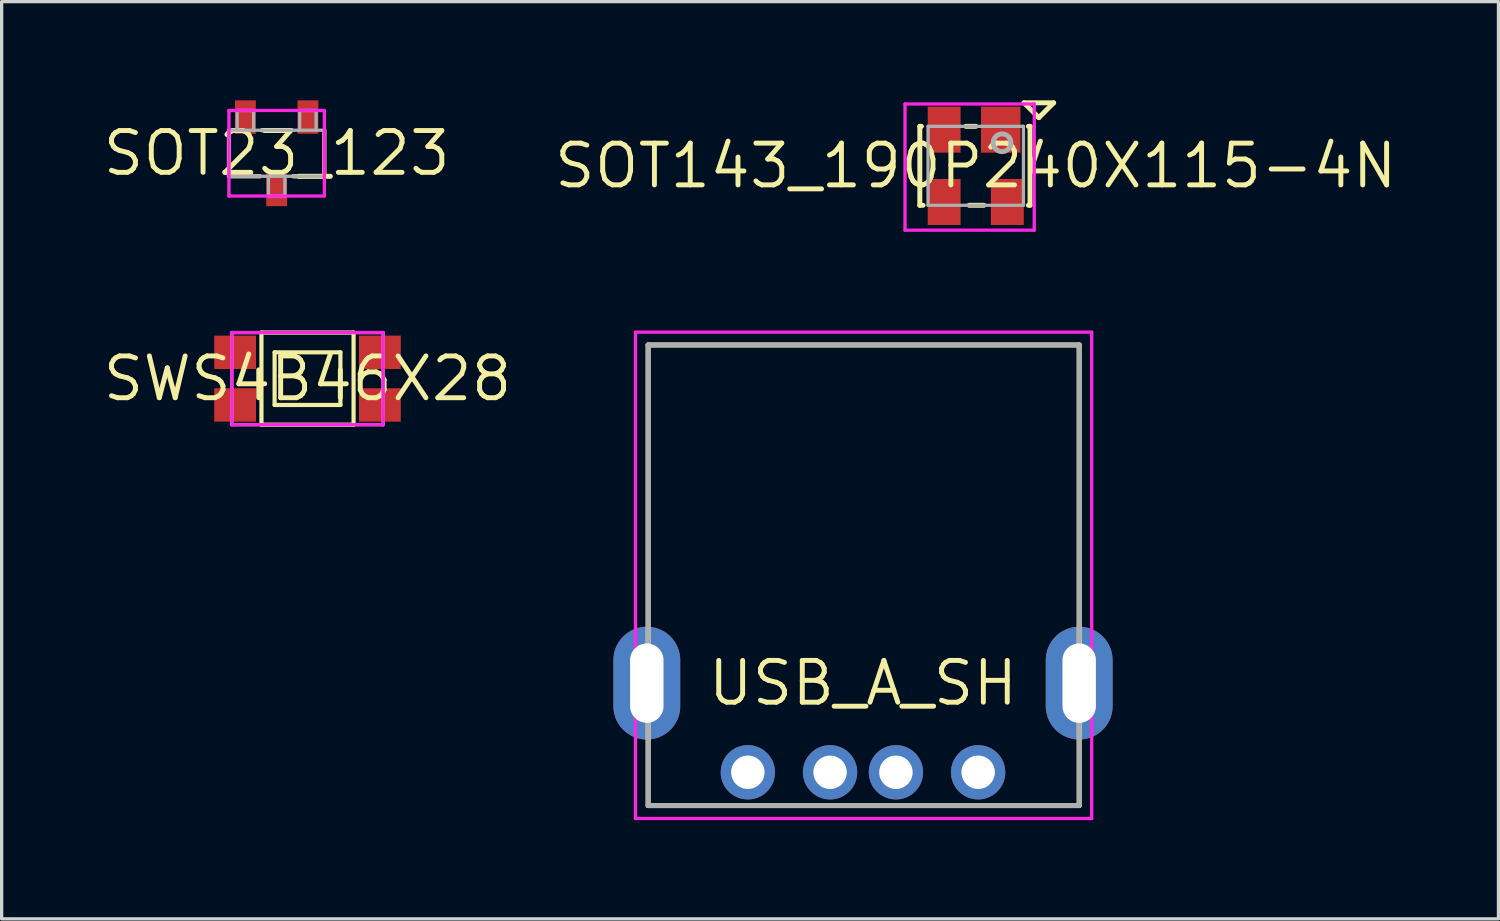
<source format=kicad_pcb>
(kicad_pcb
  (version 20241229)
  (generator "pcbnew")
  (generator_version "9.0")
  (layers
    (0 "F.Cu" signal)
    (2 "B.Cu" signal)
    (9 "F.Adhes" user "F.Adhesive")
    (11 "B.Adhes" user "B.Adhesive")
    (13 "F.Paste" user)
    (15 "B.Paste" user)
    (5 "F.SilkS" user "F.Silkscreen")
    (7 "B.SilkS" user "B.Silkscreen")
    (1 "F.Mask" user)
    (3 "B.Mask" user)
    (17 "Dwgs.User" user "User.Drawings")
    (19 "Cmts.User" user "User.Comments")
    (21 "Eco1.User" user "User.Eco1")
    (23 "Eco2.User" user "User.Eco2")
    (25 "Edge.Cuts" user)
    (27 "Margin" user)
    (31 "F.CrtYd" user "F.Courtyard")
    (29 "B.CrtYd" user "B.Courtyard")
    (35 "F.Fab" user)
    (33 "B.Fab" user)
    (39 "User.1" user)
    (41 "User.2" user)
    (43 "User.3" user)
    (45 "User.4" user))
  (footprint "USB_A_SH"
    (layer "F.Cu")
    (at 23.181 17.714)
    (property "Reference" "USB_A_SH" (at 0 0 0) (layer "F.SilkS") (effects (font (size 1.27 1.27) (thickness 0.15))))
    (fp_line (start -6.53 -10.279) (end 6.571 -10.279) (stroke (width 0.152) (type solid)) (layer "F.SilkS"))
    (fp_line (start -6.53 3.721) (end -6.53 -10.279) (stroke (width 0.152) (type solid)) (layer "F.SilkS"))
    (fp_line (start 6.571 -10.279) (end 6.571 3.721) (stroke (width 0.152) (type solid)) (layer "F.SilkS"))
    (fp_line (start 6.571 3.721) (end -6.53 3.721) (stroke (width 0.152) (type solid)) (layer "F.SilkS"))
    (fp_line (start -6.916 -10.668) (end -6.916 4.115) (stroke (width 0.1) (type solid)) (layer "F.CrtYd"))
    (fp_line (start -6.916 4.115) (end 6.952 4.115) (stroke (width 0.1) (type solid)) (layer "F.CrtYd"))
    (fp_line (start 6.952 -10.668) (end -6.916 -10.668) (stroke (width 0.1) (type solid)) (layer "F.CrtYd"))
    (fp_line (start 6.952 4.115) (end 6.952 -10.668) (stroke (width 0.1) (type solid)) (layer "F.CrtYd"))
    (fp_line (start -6.53 -10.279) (end -6.53 3.721) (stroke (width 0.152) (type solid)) (layer "F.Fab"))
    (fp_line (start -6.53 3.721) (end 6.571 3.721) (stroke (width 0.152) (type solid)) (layer "F.Fab"))
    (fp_line (start 6.571 -10.279) (end -6.53 -10.279) (stroke (width 0.152) (type solid)) (layer "F.Fab"))
    (fp_line (start 6.571 3.721) (end 6.571 -10.279) (stroke (width 0.152) (type solid)) (layer "F.Fab"))
    (pad "1" thru_hole circle (at 3.5 2.71 180) (size 1.651 1.651) (drill 1.016) (layers "*.Cu" "*.Mask"))
    (pad "2" thru_hole circle (at 1.001 2.71 180) (size 1.651 1.651) (drill 1.016) (layers "*.Cu" "*.Mask"))
    (pad "3" thru_hole circle (at -1.001 2.71 180) (size 1.651 1.651) (drill 1.016) (layers "*.Cu" "*.Mask"))
    (pad "4" thru_hole circle (at -3.5 2.71 180) (size 1.651 1.651) (drill 1.016) (layers "*.Cu" "*.Mask"))
    (pad "5" thru_hole oval (at 6.571 0 180) (size 2.032 3.429) (drill oval 1.016 2.413) (layers "*.Cu" "*.Mask"))
    (pad "6" thru_hole oval (at -6.571 0 180) (size 2.032 3.429) (drill oval 1.016 2.413) (layers "*.Cu" "*.Mask")))
  (footprint "SWS4B46X28"
    (layer "F.Cu")
    (at 6.297 8.459)
    (property "Reference" "SWS4B46X28" (at 0 0 0) (layer "F.SilkS") (effects (font (size 1.27 1.27) (thickness 0.15))))
    (fp_line (start -1.4 -1.4) (end -1.4 1.4) (stroke (width 0.127) (type solid)) (layer "F.SilkS"))
    (fp_line (start -1.4 1.4) (end 1.4 1.4) (stroke (width 0.127) (type solid)) (layer "F.SilkS"))
    (fp_line (start -1 -0.8) (end -1 0.8) (stroke (width 0.127) (type solid)) (layer "F.SilkS"))
    (fp_line (start -1 0.8) (end 1 0.8) (stroke (width 0.127) (type solid)) (layer "F.SilkS"))
    (fp_line (start 1 -0.8) (end -1 -0.8) (stroke (width 0.127) (type solid)) (layer "F.SilkS"))
    (fp_line (start 1 0.8) (end 1 -0.8) (stroke (width 0.127) (type solid)) (layer "F.SilkS"))
    (fp_line (start 1.4 -1.4) (end -1.4 -1.4) (stroke (width 0.127) (type solid)) (layer "F.SilkS"))
    (fp_line (start 1.4 1.4) (end 1.4 -1.4) (stroke (width 0.127) (type solid)) (layer "F.SilkS"))
    (fp_line (start -2.3 -1.4) (end 2.3 -1.4) (stroke (width 0.1) (type solid)) (layer "F.CrtYd"))
    (fp_line (start -2.3 1.4) (end -2.3 -1.4) (stroke (width 0.1) (type solid)) (layer "F.CrtYd"))
    (fp_line (start 2.3 -1.4) (end 2.3 1.4) (stroke (width 0.1) (type solid)) (layer "F.CrtYd"))
    (fp_line (start 2.3 1.4) (end -2.3 1.4) (stroke (width 0.1) (type solid)) (layer "F.CrtYd"))
    (fp_line (start -2.3 -1.4) (end -2.3 1.4) (stroke (width 0.1) (type solid)) (layer "F.Fab"))
    (fp_line (start -2.3 1.4) (end 2.3 1.4) (stroke (width 0.1) (type solid)) (layer "F.Fab"))
    (fp_line (start 2.3 -1.4) (end -2.3 -1.4) (stroke (width 0.1) (type solid)) (layer "F.Fab"))
    (fp_line (start 2.3 1.4) (end 2.3 -1.4) (stroke (width 0.1) (type solid)) (layer "F.Fab"))
    (pad "1" smd rect (at -2.2 0.8 270) (size 1.016 1.27) (layers "F.Cu" "F.Mask" "F.Paste"))
    (pad "2" smd rect (at -2.2 -0.8 270) (size 1.016 1.27) (layers "F.Cu" "F.Mask" "F.Paste"))
    (pad "3" smd rect (at 2.2 0.8 270) (size 1.016 1.27) (layers "F.Cu" "F.Mask" "F.Paste"))
    (pad "4" smd rect (at 2.2 -0.8 270) (size 1.016 1.27) (layers "F.Cu" "F.Mask" "F.Paste")))
  (footprint "SOT143_190P240X115-4N"
    (layer "F.Cu")
    (at 26.608 1.99)
    (property "Reference" "SOT143_190P240X115-4N" (at 0 0 0) (layer "F.SilkS") (effects (font (size 1.27 1.27) (thickness 0.15))))
    (fp_line (start -1.7 -1.2) (end -1.65 -1.2) (stroke (width 0.15) (type solid)) (layer "F.SilkS"))
    (fp_line (start -1.7 1.2) (end -1.7 -1.2) (stroke (width 0.15) (type solid)) (layer "F.SilkS"))
    (fp_line (start -1.6 1.2) (end -1.7 1.2) (stroke (width 0.15) (type solid)) (layer "F.SilkS"))
    (fp_line (start 0 -1.2) (end -0.3 -1.2) (stroke (width 0.15) (type solid)) (layer "F.SilkS"))
    (fp_line (start 0.25 1.2) (end -0.2 1.2) (stroke (width 0.15) (type solid)) (layer "F.SilkS"))
    (fp_line (start 1.468 -1.915) (end 1.918 -1.465) (stroke (width 0.15) (type solid)) (layer "F.SilkS"))
    (fp_line (start 1.6 1.2) (end 1.65 1.2) (stroke (width 0.15) (type solid)) (layer "F.SilkS"))
    (fp_line (start 1.65 -1.2) (end 1.6 -1.2) (stroke (width 0.15) (type solid)) (layer "F.SilkS"))
    (fp_line (start 1.65 1.2) (end 1.65 -1.2) (stroke (width 0.15) (type solid)) (layer "F.SilkS"))
    (fp_line (start 1.918 -1.465) (end 2.368 -1.915) (stroke (width 0.15) (type solid)) (layer "F.SilkS"))
    (fp_line (start 2.368 -1.915) (end 1.468 -1.915) (stroke (width 0.15) (type solid)) (layer "F.SilkS"))
    (fp_line (start -2.15 -1.88) (end -2.15 1.956) (stroke (width 0.1) (type solid)) (layer "F.CrtYd"))
    (fp_line (start -2.15 1.956) (end 1.778 1.956) (stroke (width 0.1) (type solid)) (layer "F.CrtYd"))
    (fp_line (start 1.778 -1.88) (end -2.15 -1.88) (stroke (width 0.1) (type solid)) (layer "F.CrtYd"))
    (fp_line (start 1.778 1.956) (end 1.778 -1.88) (stroke (width 0.1) (type solid)) (layer "F.CrtYd"))
    (fp_line (start -1.45 -1.2) (end 1.45 -1.2) (stroke (width 0.1) (type solid)) (layer "F.Fab"))
    (fp_line (start -1.45 1.2) (end -1.45 -1.2) (stroke (width 0.1) (type solid)) (layer "F.Fab"))
    (fp_line (start 1.45 -1.2) (end 1.45 1.2) (stroke (width 0.1) (type solid)) (layer "F.Fab"))
    (fp_line (start 1.45 1.2) (end -1.45 1.2) (stroke (width 0.1) (type solid)) (layer "F.Fab"))
    (fp_arc (start 0.799998 -0.969239) (mid 0.800002 -0.430761) (end 0.799998 -0.969239) (stroke (width 0.150012) (type solid)) (layer "F.Fab"))
    (pad "1" smd rect (at 0.76 -1.1 180) (size 1.2 1.4) (layers "F.Cu" "F.Mask" "F.Paste"))
    (pad "2" smd rect (at -0.96 -1.1 180) (size 1 1.4) (layers "F.Cu" "F.Mask" "F.Paste"))
    (pad "3" smd rect (at -0.96 1.1 180) (size 1 1.4) (layers "F.Cu" "F.Mask" "F.Paste"))
    (pad "4" smd rect (at 0.96 1.1 180) (size 1 1.4) (layers "F.Cu" "F.Mask" "F.Paste")))
  (footprint "SOT23_123"
    (layer "F.Cu")
    (at 5.359 1.608)
    (property "Reference" "SOT23_123" (at 0 0 0) (layer "F.SilkS") (effects (font (size 1.27 1.27) (thickness 0.15))))
    (fp_line (start -1.45 0.7) (end -1.45 -0.7) (stroke (width 0.127) (type solid)) (layer "F.SilkS"))
    (fp_line (start -0.5 0.7) (end -1.45 0.7) (stroke (width 0.127) (type solid)) (layer "F.SilkS"))
    (fp_line (start 0.45 -0.7) (end -0.45 -0.7) (stroke (width 0.127) (type solid)) (layer "F.SilkS"))
    (fp_line (start 0.5 0.7) (end 1.45 0.7) (stroke (width 0.127) (type solid)) (layer "F.SilkS"))
    (fp_line (start 1.45 0.7) (end 1.45 -0.7) (stroke (width 0.127) (type solid)) (layer "F.SilkS"))
    (fp_line (start -1.45 -1.3) (end -1.45 1.3) (stroke (width 0.1) (type solid)) (layer "F.CrtYd"))
    (fp_line (start -1.45 1.3) (end 1.45 1.3) (stroke (width 0.1) (type solid)) (layer "F.CrtYd"))
    (fp_line (start 1.45 -1.3) (end -1.45 -1.3) (stroke (width 0.1) (type solid)) (layer "F.CrtYd"))
    (fp_line (start 1.45 1.3) (end 1.45 -1.3) (stroke (width 0.1) (type solid)) (layer "F.CrtYd"))
    (fp_line (start -1.45 -0.7) (end -1.45 0.7) (stroke (width 0.1) (type solid)) (layer "F.Fab"))
    (fp_line (start -1.45 0.7) (end 1.45 0.7) (stroke (width 0.1) (type solid)) (layer "F.Fab"))
    (fp_line (start -1.2 -1.3) (end -1.2 -0.7) (stroke (width 0.1) (type solid)) (layer "F.Fab"))
    (fp_line (start -0.7 -1.3) (end -1.2 -1.3) (stroke (width 0.1) (type solid)) (layer "F.Fab"))
    (fp_line (start -0.7 -0.7) (end -0.7 -1.3) (stroke (width 0.1) (type solid)) (layer "F.Fab"))
    (fp_line (start -0.25 0.7) (end -0.25 1.3) (stroke (width 0.1) (type solid)) (layer "F.Fab"))
    (fp_line (start -0.25 1.3) (end 0.25 1.3) (stroke (width 0.1) (type solid)) (layer "F.Fab"))
    (fp_line (start 0.25 1.3) (end 0.25 0.7) (stroke (width 0.1) (type solid)) (layer "F.Fab"))
    (fp_line (start 0.7 -1.3) (end 0.7 -0.7) (stroke (width 0.1) (type solid)) (layer "F.Fab"))
    (fp_line (start 1.2 -1.3) (end 0.7 -1.3) (stroke (width 0.1) (type solid)) (layer "F.Fab"))
    (fp_line (start 1.2 -0.7) (end 1.2 -1.3) (stroke (width 0.1) (type solid)) (layer "F.Fab"))
    (fp_line (start 1.45 -0.7) (end -1.45 -0.7) (stroke (width 0.1) (type solid)) (layer "F.Fab"))
    (fp_line (start 1.45 0.7) (end 1.45 -0.7) (stroke (width 0.1) (type solid)) (layer "F.Fab"))
    (pad "1" smd rect (at 0.95 -1.1 180) (size 0.635 1.016) (layers "F.Cu" "F.Mask" "F.Paste"))
    (pad "2" smd rect (at -0.95 -1.1 180) (size 0.635 1.016) (layers "F.Cu" "F.Mask" "F.Paste"))
    (pad "3" smd rect (at 0 1.1 180) (size 0.635 1.016) (layers "F.Cu" "F.Mask" "F.Paste")))
  (gr_rect
    (start -3 -3)
    (end 42.496 24.879)
    (stroke (width 0.1) (type default))
    (fill no)
    (layer "Edge.Cuts")))
</source>
